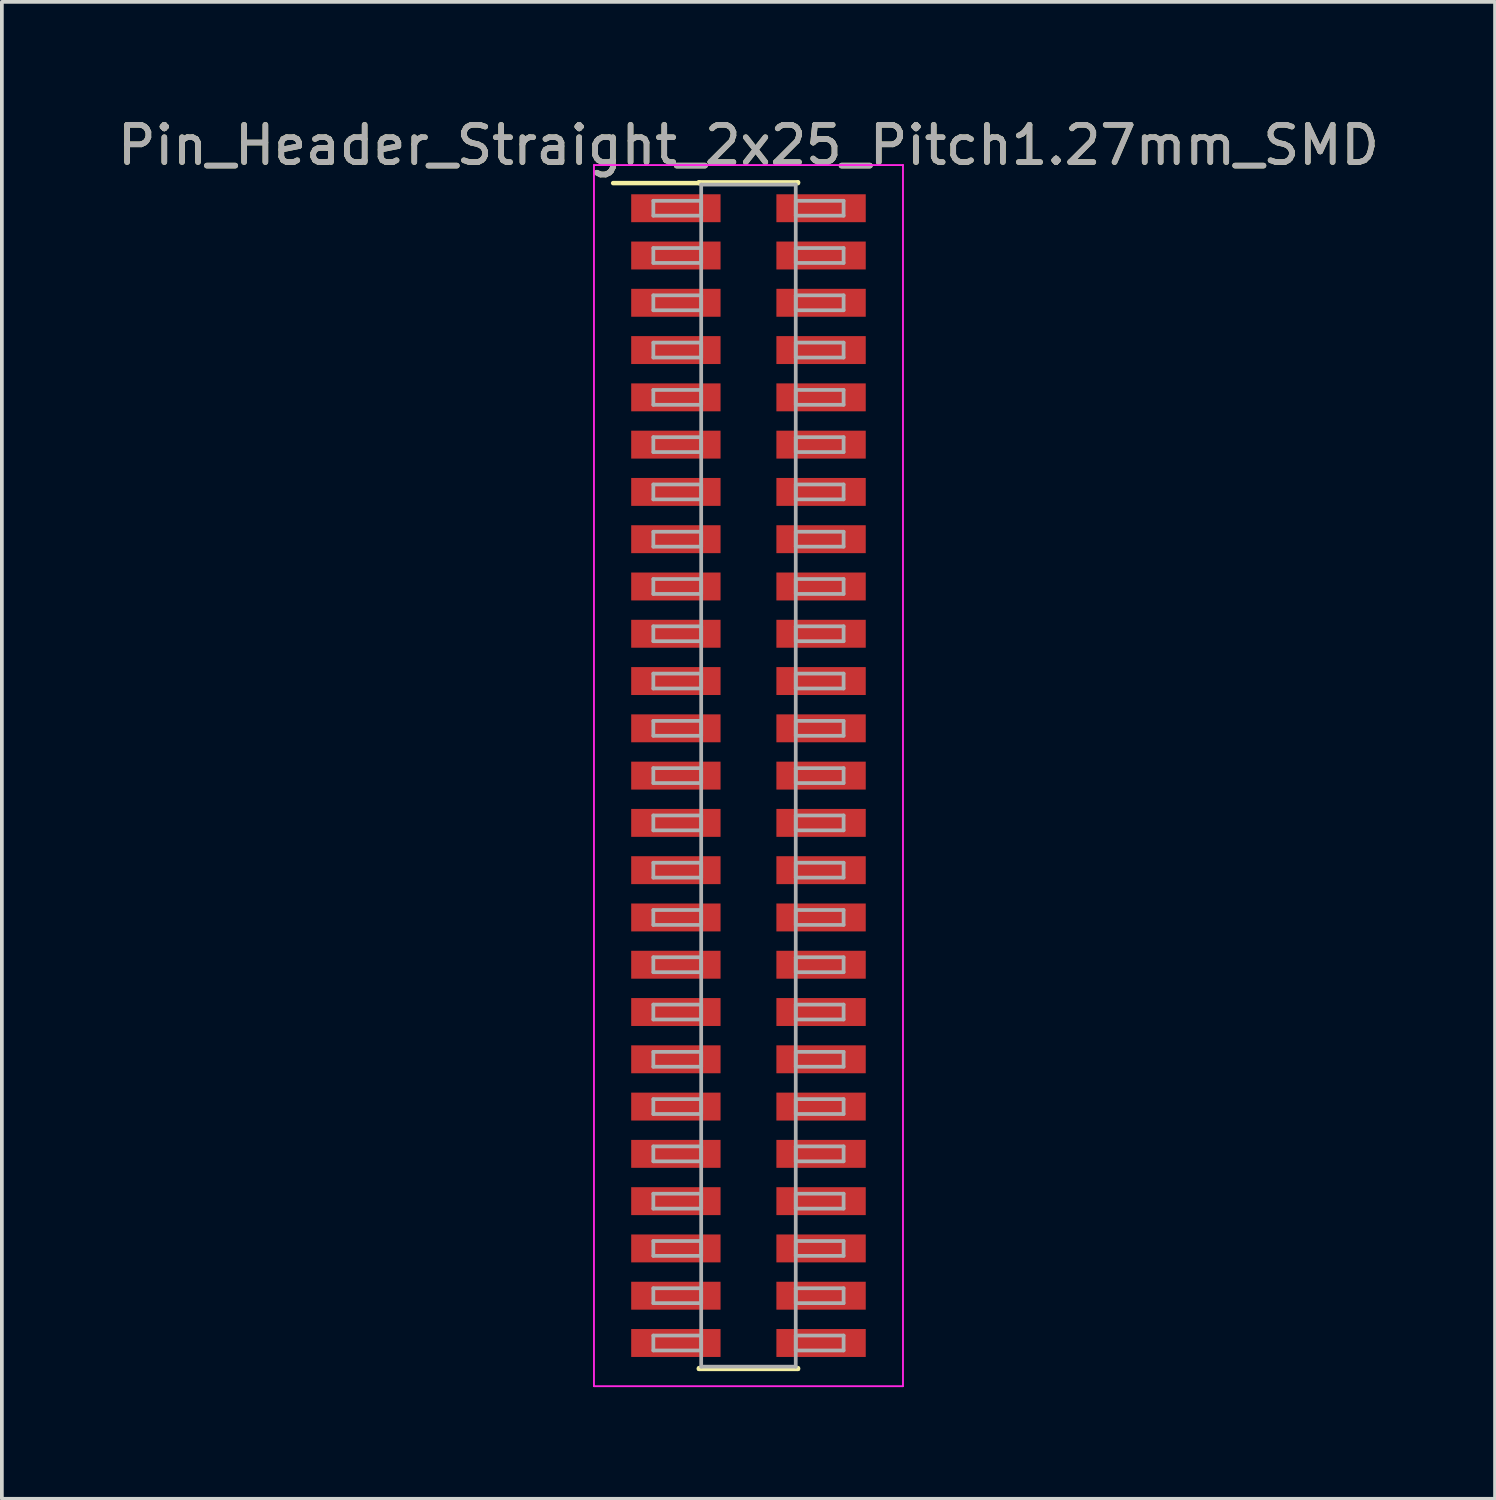
<source format=kicad_pcb>
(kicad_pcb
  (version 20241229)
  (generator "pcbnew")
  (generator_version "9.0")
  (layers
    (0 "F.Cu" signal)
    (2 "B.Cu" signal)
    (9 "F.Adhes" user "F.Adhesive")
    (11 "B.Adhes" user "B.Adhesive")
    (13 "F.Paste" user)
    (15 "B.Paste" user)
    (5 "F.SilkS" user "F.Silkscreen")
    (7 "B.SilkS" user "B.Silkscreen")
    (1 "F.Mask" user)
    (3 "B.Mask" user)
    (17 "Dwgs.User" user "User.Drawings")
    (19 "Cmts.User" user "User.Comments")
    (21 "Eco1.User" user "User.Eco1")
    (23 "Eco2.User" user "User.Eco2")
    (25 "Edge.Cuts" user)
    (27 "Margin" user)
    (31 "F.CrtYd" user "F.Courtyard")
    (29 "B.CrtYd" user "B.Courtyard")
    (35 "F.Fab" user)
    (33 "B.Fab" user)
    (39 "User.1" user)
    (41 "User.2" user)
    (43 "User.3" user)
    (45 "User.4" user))
  (footprint "Pin_Header_Straight_2x25_Pitch1.27mm_SMD"
    (layer "F.Cu")
    (at 17.054 17.783)
    (property "Reference" "Pin_Header_Straight_2x25_Pitch1.27mm_SMD" (at 0 -16.935 0) (layer "F.SilkS") (effects (font (size 1 1) (thickness 0.15))))
    (attr smd)
    (fp_line (start -3.635 -15.915) (end -1.33 -15.915) (stroke (width 0.12) (type solid)) (layer "F.SilkS"))
    (fp_line (start -1.33 -15.935) (end 1.33 -15.935) (stroke (width 0.12) (type solid)) (layer "F.SilkS"))
    (fp_line (start -1.33 -15.915) (end -1.33 -15.935) (stroke (width 0.12) (type solid)) (layer "F.SilkS"))
    (fp_line (start -1.33 15.915) (end -1.33 15.935) (stroke (width 0.12) (type solid)) (layer "F.SilkS"))
    (fp_line (start -1.33 15.935) (end 1.33 15.935) (stroke (width 0.12) (type solid)) (layer "F.SilkS"))
    (fp_line (start 1.33 -15.935) (end 1.33 -15.915) (stroke (width 0.12) (type solid)) (layer "F.SilkS"))
    (fp_line (start 1.33 15.935) (end 1.33 15.915) (stroke (width 0.12) (type solid)) (layer "F.SilkS"))
    (fp_line (start -4.15 -16.4) (end -4.15 16.4) (stroke (width 0.05) (type solid)) (layer "F.CrtYd"))
    (fp_line (start -4.15 16.4) (end 4.15 16.4) (stroke (width 0.05) (type solid)) (layer "F.CrtYd"))
    (fp_line (start 4.15 -16.4) (end -4.15 -16.4) (stroke (width 0.05) (type solid)) (layer "F.CrtYd"))
    (fp_line (start 4.15 16.4) (end 4.15 -16.4) (stroke (width 0.05) (type solid)) (layer "F.CrtYd"))
    (fp_line (start -2.555 -15.44) (end -1.27 -15.44) (stroke (width 0.1) (type solid)) (layer "F.Fab"))
    (fp_line (start -2.555 -15.04) (end -2.555 -15.44) (stroke (width 0.1) (type solid)) (layer "F.Fab"))
    (fp_line (start -2.555 -14.17) (end -1.27 -14.17) (stroke (width 0.1) (type solid)) (layer "F.Fab"))
    (fp_line (start -2.555 -13.77) (end -2.555 -14.17) (stroke (width 0.1) (type solid)) (layer "F.Fab"))
    (fp_line (start -2.555 -12.9) (end -1.27 -12.9) (stroke (width 0.1) (type solid)) (layer "F.Fab"))
    (fp_line (start -2.555 -12.5) (end -2.555 -12.9) (stroke (width 0.1) (type solid)) (layer "F.Fab"))
    (fp_line (start -2.555 -11.63) (end -1.27 -11.63) (stroke (width 0.1) (type solid)) (layer "F.Fab"))
    (fp_line (start -2.555 -11.23) (end -2.555 -11.63) (stroke (width 0.1) (type solid)) (layer "F.Fab"))
    (fp_line (start -2.555 -10.36) (end -1.27 -10.36) (stroke (width 0.1) (type solid)) (layer "F.Fab"))
    (fp_line (start -2.555 -9.96) (end -2.555 -10.36) (stroke (width 0.1) (type solid)) (layer "F.Fab"))
    (fp_line (start -2.555 -9.09) (end -1.27 -9.09) (stroke (width 0.1) (type solid)) (layer "F.Fab"))
    (fp_line (start -2.555 -8.69) (end -2.555 -9.09) (stroke (width 0.1) (type solid)) (layer "F.Fab"))
    (fp_line (start -2.555 -7.82) (end -1.27 -7.82) (stroke (width 0.1) (type solid)) (layer "F.Fab"))
    (fp_line (start -2.555 -7.42) (end -2.555 -7.82) (stroke (width 0.1) (type solid)) (layer "F.Fab"))
    (fp_line (start -2.555 -6.55) (end -1.27 -6.55) (stroke (width 0.1) (type solid)) (layer "F.Fab"))
    (fp_line (start -2.555 -6.15) (end -2.555 -6.55) (stroke (width 0.1) (type solid)) (layer "F.Fab"))
    (fp_line (start -2.555 -5.28) (end -1.27 -5.28) (stroke (width 0.1) (type solid)) (layer "F.Fab"))
    (fp_line (start -2.555 -4.88) (end -2.555 -5.28) (stroke (width 0.1) (type solid)) (layer "F.Fab"))
    (fp_line (start -2.555 -4.01) (end -1.27 -4.01) (stroke (width 0.1) (type solid)) (layer "F.Fab"))
    (fp_line (start -2.555 -3.61) (end -2.555 -4.01) (stroke (width 0.1) (type solid)) (layer "F.Fab"))
    (fp_line (start -2.555 -2.74) (end -1.27 -2.74) (stroke (width 0.1) (type solid)) (layer "F.Fab"))
    (fp_line (start -2.555 -2.34) (end -2.555 -2.74) (stroke (width 0.1) (type solid)) (layer "F.Fab"))
    (fp_line (start -2.555 -1.47) (end -1.27 -1.47) (stroke (width 0.1) (type solid)) (layer "F.Fab"))
    (fp_line (start -2.555 -1.07) (end -2.555 -1.47) (stroke (width 0.1) (type solid)) (layer "F.Fab"))
    (fp_line (start -2.555 -0.2) (end -1.27 -0.2) (stroke (width 0.1) (type solid)) (layer "F.Fab"))
    (fp_line (start -2.555 0.2) (end -2.555 -0.2) (stroke (width 0.1) (type solid)) (layer "F.Fab"))
    (fp_line (start -2.555 1.07) (end -1.27 1.07) (stroke (width 0.1) (type solid)) (layer "F.Fab"))
    (fp_line (start -2.555 1.47) (end -2.555 1.07) (stroke (width 0.1) (type solid)) (layer "F.Fab"))
    (fp_line (start -2.555 2.34) (end -1.27 2.34) (stroke (width 0.1) (type solid)) (layer "F.Fab"))
    (fp_line (start -2.555 2.74) (end -2.555 2.34) (stroke (width 0.1) (type solid)) (layer "F.Fab"))
    (fp_line (start -2.555 3.61) (end -1.27 3.61) (stroke (width 0.1) (type solid)) (layer "F.Fab"))
    (fp_line (start -2.555 4.01) (end -2.555 3.61) (stroke (width 0.1) (type solid)) (layer "F.Fab"))
    (fp_line (start -2.555 4.88) (end -1.27 4.88) (stroke (width 0.1) (type solid)) (layer "F.Fab"))
    (fp_line (start -2.555 5.28) (end -2.555 4.88) (stroke (width 0.1) (type solid)) (layer "F.Fab"))
    (fp_line (start -2.555 6.15) (end -1.27 6.15) (stroke (width 0.1) (type solid)) (layer "F.Fab"))
    (fp_line (start -2.555 6.55) (end -2.555 6.15) (stroke (width 0.1) (type solid)) (layer "F.Fab"))
    (fp_line (start -2.555 7.42) (end -1.27 7.42) (stroke (width 0.1) (type solid)) (layer "F.Fab"))
    (fp_line (start -2.555 7.82) (end -2.555 7.42) (stroke (width 0.1) (type solid)) (layer "F.Fab"))
    (fp_line (start -2.555 8.69) (end -1.27 8.69) (stroke (width 0.1) (type solid)) (layer "F.Fab"))
    (fp_line (start -2.555 9.09) (end -2.555 8.69) (stroke (width 0.1) (type solid)) (layer "F.Fab"))
    (fp_line (start -2.555 9.96) (end -1.27 9.96) (stroke (width 0.1) (type solid)) (layer "F.Fab"))
    (fp_line (start -2.555 10.36) (end -2.555 9.96) (stroke (width 0.1) (type solid)) (layer "F.Fab"))
    (fp_line (start -2.555 11.23) (end -1.27 11.23) (stroke (width 0.1) (type solid)) (layer "F.Fab"))
    (fp_line (start -2.555 11.63) (end -2.555 11.23) (stroke (width 0.1) (type solid)) (layer "F.Fab"))
    (fp_line (start -2.555 12.5) (end -1.27 12.5) (stroke (width 0.1) (type solid)) (layer "F.Fab"))
    (fp_line (start -2.555 12.9) (end -2.555 12.5) (stroke (width 0.1) (type solid)) (layer "F.Fab"))
    (fp_line (start -2.555 13.77) (end -1.27 13.77) (stroke (width 0.1) (type solid)) (layer "F.Fab"))
    (fp_line (start -2.555 14.17) (end -2.555 13.77) (stroke (width 0.1) (type solid)) (layer "F.Fab"))
    (fp_line (start -2.555 15.04) (end -1.27 15.04) (stroke (width 0.1) (type solid)) (layer "F.Fab"))
    (fp_line (start -2.555 15.44) (end -2.555 15.04) (stroke (width 0.1) (type solid)) (layer "F.Fab"))
    (fp_line (start -1.27 -15.875) (end -1.27 15.875) (stroke (width 0.1) (type solid)) (layer "F.Fab"))
    (fp_line (start -1.27 -15.44) (end -1.27 -15.04) (stroke (width 0.1) (type solid)) (layer "F.Fab"))
    (fp_line (start -1.27 -15.04) (end -2.555 -15.04) (stroke (width 0.1) (type solid)) (layer "F.Fab"))
    (fp_line (start -1.27 -14.17) (end -1.27 -13.77) (stroke (width 0.1) (type solid)) (layer "F.Fab"))
    (fp_line (start -1.27 -13.77) (end -2.555 -13.77) (stroke (width 0.1) (type solid)) (layer "F.Fab"))
    (fp_line (start -1.27 -12.9) (end -1.27 -12.5) (stroke (width 0.1) (type solid)) (layer "F.Fab"))
    (fp_line (start -1.27 -12.5) (end -2.555 -12.5) (stroke (width 0.1) (type solid)) (layer "F.Fab"))
    (fp_line (start -1.27 -11.63) (end -1.27 -11.23) (stroke (width 0.1) (type solid)) (layer "F.Fab"))
    (fp_line (start -1.27 -11.23) (end -2.555 -11.23) (stroke (width 0.1) (type solid)) (layer "F.Fab"))
    (fp_line (start -1.27 -10.36) (end -1.27 -9.96) (stroke (width 0.1) (type solid)) (layer "F.Fab"))
    (fp_line (start -1.27 -9.96) (end -2.555 -9.96) (stroke (width 0.1) (type solid)) (layer "F.Fab"))
    (fp_line (start -1.27 -9.09) (end -1.27 -8.69) (stroke (width 0.1) (type solid)) (layer "F.Fab"))
    (fp_line (start -1.27 -8.69) (end -2.555 -8.69) (stroke (width 0.1) (type solid)) (layer "F.Fab"))
    (fp_line (start -1.27 -7.82) (end -1.27 -7.42) (stroke (width 0.1) (type solid)) (layer "F.Fab"))
    (fp_line (start -1.27 -7.42) (end -2.555 -7.42) (stroke (width 0.1) (type solid)) (layer "F.Fab"))
    (fp_line (start -1.27 -6.55) (end -1.27 -6.15) (stroke (width 0.1) (type solid)) (layer "F.Fab"))
    (fp_line (start -1.27 -6.15) (end -2.555 -6.15) (stroke (width 0.1) (type solid)) (layer "F.Fab"))
    (fp_line (start -1.27 -5.28) (end -1.27 -4.88) (stroke (width 0.1) (type solid)) (layer "F.Fab"))
    (fp_line (start -1.27 -4.88) (end -2.555 -4.88) (stroke (width 0.1) (type solid)) (layer "F.Fab"))
    (fp_line (start -1.27 -4.01) (end -1.27 -3.61) (stroke (width 0.1) (type solid)) (layer "F.Fab"))
    (fp_line (start -1.27 -3.61) (end -2.555 -3.61) (stroke (width 0.1) (type solid)) (layer "F.Fab"))
    (fp_line (start -1.27 -2.74) (end -1.27 -2.34) (stroke (width 0.1) (type solid)) (layer "F.Fab"))
    (fp_line (start -1.27 -2.34) (end -2.555 -2.34) (stroke (width 0.1) (type solid)) (layer "F.Fab"))
    (fp_line (start -1.27 -1.47) (end -1.27 -1.07) (stroke (width 0.1) (type solid)) (layer "F.Fab"))
    (fp_line (start -1.27 -1.07) (end -2.555 -1.07) (stroke (width 0.1) (type solid)) (layer "F.Fab"))
    (fp_line (start -1.27 -0.2) (end -1.27 0.2) (stroke (width 0.1) (type solid)) (layer "F.Fab"))
    (fp_line (start -1.27 0.2) (end -2.555 0.2) (stroke (width 0.1) (type solid)) (layer "F.Fab"))
    (fp_line (start -1.27 1.07) (end -1.27 1.47) (stroke (width 0.1) (type solid)) (layer "F.Fab"))
    (fp_line (start -1.27 1.47) (end -2.555 1.47) (stroke (width 0.1) (type solid)) (layer "F.Fab"))
    (fp_line (start -1.27 2.34) (end -1.27 2.74) (stroke (width 0.1) (type solid)) (layer "F.Fab"))
    (fp_line (start -1.27 2.74) (end -2.555 2.74) (stroke (width 0.1) (type solid)) (layer "F.Fab"))
    (fp_line (start -1.27 3.61) (end -1.27 4.01) (stroke (width 0.1) (type solid)) (layer "F.Fab"))
    (fp_line (start -1.27 4.01) (end -2.555 4.01) (stroke (width 0.1) (type solid)) (layer "F.Fab"))
    (fp_line (start -1.27 4.88) (end -1.27 5.28) (stroke (width 0.1) (type solid)) (layer "F.Fab"))
    (fp_line (start -1.27 5.28) (end -2.555 5.28) (stroke (width 0.1) (type solid)) (layer "F.Fab"))
    (fp_line (start -1.27 6.15) (end -1.27 6.55) (stroke (width 0.1) (type solid)) (layer "F.Fab"))
    (fp_line (start -1.27 6.55) (end -2.555 6.55) (stroke (width 0.1) (type solid)) (layer "F.Fab"))
    (fp_line (start -1.27 7.42) (end -1.27 7.82) (stroke (width 0.1) (type solid)) (layer "F.Fab"))
    (fp_line (start -1.27 7.82) (end -2.555 7.82) (stroke (width 0.1) (type solid)) (layer "F.Fab"))
    (fp_line (start -1.27 8.69) (end -1.27 9.09) (stroke (width 0.1) (type solid)) (layer "F.Fab"))
    (fp_line (start -1.27 9.09) (end -2.555 9.09) (stroke (width 0.1) (type solid)) (layer "F.Fab"))
    (fp_line (start -1.27 9.96) (end -1.27 10.36) (stroke (width 0.1) (type solid)) (layer "F.Fab"))
    (fp_line (start -1.27 10.36) (end -2.555 10.36) (stroke (width 0.1) (type solid)) (layer "F.Fab"))
    (fp_line (start -1.27 11.23) (end -1.27 11.63) (stroke (width 0.1) (type solid)) (layer "F.Fab"))
    (fp_line (start -1.27 11.63) (end -2.555 11.63) (stroke (width 0.1) (type solid)) (layer "F.Fab"))
    (fp_line (start -1.27 12.5) (end -1.27 12.9) (stroke (width 0.1) (type solid)) (layer "F.Fab"))
    (fp_line (start -1.27 12.9) (end -2.555 12.9) (stroke (width 0.1) (type solid)) (layer "F.Fab"))
    (fp_line (start -1.27 13.77) (end -1.27 14.17) (stroke (width 0.1) (type solid)) (layer "F.Fab"))
    (fp_line (start -1.27 14.17) (end -2.555 14.17) (stroke (width 0.1) (type solid)) (layer "F.Fab"))
    (fp_line (start -1.27 15.04) (end -1.27 15.44) (stroke (width 0.1) (type solid)) (layer "F.Fab"))
    (fp_line (start -1.27 15.44) (end -2.555 15.44) (stroke (width 0.1) (type solid)) (layer "F.Fab"))
    (fp_line (start -1.27 15.875) (end 1.27 15.875) (stroke (width 0.1) (type solid)) (layer "F.Fab"))
    (fp_line (start 1.27 -15.875) (end -1.27 -15.875) (stroke (width 0.1) (type solid)) (layer "F.Fab"))
    (fp_line (start 1.27 -15.44) (end 1.27 -15.04) (stroke (width 0.1) (type solid)) (layer "F.Fab"))
    (fp_line (start 1.27 -15.04) (end 2.555 -15.04) (stroke (width 0.1) (type solid)) (layer "F.Fab"))
    (fp_line (start 1.27 -14.17) (end 1.27 -13.77) (stroke (width 0.1) (type solid)) (layer "F.Fab"))
    (fp_line (start 1.27 -13.77) (end 2.555 -13.77) (stroke (width 0.1) (type solid)) (layer "F.Fab"))
    (fp_line (start 1.27 -12.9) (end 1.27 -12.5) (stroke (width 0.1) (type solid)) (layer "F.Fab"))
    (fp_line (start 1.27 -12.5) (end 2.555 -12.5) (stroke (width 0.1) (type solid)) (layer "F.Fab"))
    (fp_line (start 1.27 -11.63) (end 1.27 -11.23) (stroke (width 0.1) (type solid)) (layer "F.Fab"))
    (fp_line (start 1.27 -11.23) (end 2.555 -11.23) (stroke (width 0.1) (type solid)) (layer "F.Fab"))
    (fp_line (start 1.27 -10.36) (end 1.27 -9.96) (stroke (width 0.1) (type solid)) (layer "F.Fab"))
    (fp_line (start 1.27 -9.96) (end 2.555 -9.96) (stroke (width 0.1) (type solid)) (layer "F.Fab"))
    (fp_line (start 1.27 -9.09) (end 1.27 -8.69) (stroke (width 0.1) (type solid)) (layer "F.Fab"))
    (fp_line (start 1.27 -8.69) (end 2.555 -8.69) (stroke (width 0.1) (type solid)) (layer "F.Fab"))
    (fp_line (start 1.27 -7.82) (end 1.27 -7.42) (stroke (width 0.1) (type solid)) (layer "F.Fab"))
    (fp_line (start 1.27 -7.42) (end 2.555 -7.42) (stroke (width 0.1) (type solid)) (layer "F.Fab"))
    (fp_line (start 1.27 -6.55) (end 1.27 -6.15) (stroke (width 0.1) (type solid)) (layer "F.Fab"))
    (fp_line (start 1.27 -6.15) (end 2.555 -6.15) (stroke (width 0.1) (type solid)) (layer "F.Fab"))
    (fp_line (start 1.27 -5.28) (end 1.27 -4.88) (stroke (width 0.1) (type solid)) (layer "F.Fab"))
    (fp_line (start 1.27 -4.88) (end 2.555 -4.88) (stroke (width 0.1) (type solid)) (layer "F.Fab"))
    (fp_line (start 1.27 -4.01) (end 1.27 -3.61) (stroke (width 0.1) (type solid)) (layer "F.Fab"))
    (fp_line (start 1.27 -3.61) (end 2.555 -3.61) (stroke (width 0.1) (type solid)) (layer "F.Fab"))
    (fp_line (start 1.27 -2.74) (end 1.27 -2.34) (stroke (width 0.1) (type solid)) (layer "F.Fab"))
    (fp_line (start 1.27 -2.34) (end 2.555 -2.34) (stroke (width 0.1) (type solid)) (layer "F.Fab"))
    (fp_line (start 1.27 -1.47) (end 1.27 -1.07) (stroke (width 0.1) (type solid)) (layer "F.Fab"))
    (fp_line (start 1.27 -1.07) (end 2.555 -1.07) (stroke (width 0.1) (type solid)) (layer "F.Fab"))
    (fp_line (start 1.27 -0.2) (end 1.27 0.2) (stroke (width 0.1) (type solid)) (layer "F.Fab"))
    (fp_line (start 1.27 0.2) (end 2.555 0.2) (stroke (width 0.1) (type solid)) (layer "F.Fab"))
    (fp_line (start 1.27 1.07) (end 1.27 1.47) (stroke (width 0.1) (type solid)) (layer "F.Fab"))
    (fp_line (start 1.27 1.47) (end 2.555 1.47) (stroke (width 0.1) (type solid)) (layer "F.Fab"))
    (fp_line (start 1.27 2.34) (end 1.27 2.74) (stroke (width 0.1) (type solid)) (layer "F.Fab"))
    (fp_line (start 1.27 2.74) (end 2.555 2.74) (stroke (width 0.1) (type solid)) (layer "F.Fab"))
    (fp_line (start 1.27 3.61) (end 1.27 4.01) (stroke (width 0.1) (type solid)) (layer "F.Fab"))
    (fp_line (start 1.27 4.01) (end 2.555 4.01) (stroke (width 0.1) (type solid)) (layer "F.Fab"))
    (fp_line (start 1.27 4.88) (end 1.27 5.28) (stroke (width 0.1) (type solid)) (layer "F.Fab"))
    (fp_line (start 1.27 5.28) (end 2.555 5.28) (stroke (width 0.1) (type solid)) (layer "F.Fab"))
    (fp_line (start 1.27 6.15) (end 1.27 6.55) (stroke (width 0.1) (type solid)) (layer "F.Fab"))
    (fp_line (start 1.27 6.55) (end 2.555 6.55) (stroke (width 0.1) (type solid)) (layer "F.Fab"))
    (fp_line (start 1.27 7.42) (end 1.27 7.82) (stroke (width 0.1) (type solid)) (layer "F.Fab"))
    (fp_line (start 1.27 7.82) (end 2.555 7.82) (stroke (width 0.1) (type solid)) (layer "F.Fab"))
    (fp_line (start 1.27 8.69) (end 1.27 9.09) (stroke (width 0.1) (type solid)) (layer "F.Fab"))
    (fp_line (start 1.27 9.09) (end 2.555 9.09) (stroke (width 0.1) (type solid)) (layer "F.Fab"))
    (fp_line (start 1.27 9.96) (end 1.27 10.36) (stroke (width 0.1) (type solid)) (layer "F.Fab"))
    (fp_line (start 1.27 10.36) (end 2.555 10.36) (stroke (width 0.1) (type solid)) (layer "F.Fab"))
    (fp_line (start 1.27 11.23) (end 1.27 11.63) (stroke (width 0.1) (type solid)) (layer "F.Fab"))
    (fp_line (start 1.27 11.63) (end 2.555 11.63) (stroke (width 0.1) (type solid)) (layer "F.Fab"))
    (fp_line (start 1.27 12.5) (end 1.27 12.9) (stroke (width 0.1) (type solid)) (layer "F.Fab"))
    (fp_line (start 1.27 12.9) (end 2.555 12.9) (stroke (width 0.1) (type solid)) (layer "F.Fab"))
    (fp_line (start 1.27 13.77) (end 1.27 14.17) (stroke (width 0.1) (type solid)) (layer "F.Fab"))
    (fp_line (start 1.27 14.17) (end 2.555 14.17) (stroke (width 0.1) (type solid)) (layer "F.Fab"))
    (fp_line (start 1.27 15.04) (end 1.27 15.44) (stroke (width 0.1) (type solid)) (layer "F.Fab"))
    (fp_line (start 1.27 15.44) (end 2.555 15.44) (stroke (width 0.1) (type solid)) (layer "F.Fab"))
    (fp_line (start 1.27 15.875) (end 1.27 -15.875) (stroke (width 0.1) (type solid)) (layer "F.Fab"))
    (fp_line (start 2.555 -15.44) (end 1.27 -15.44) (stroke (width 0.1) (type solid)) (layer "F.Fab"))
    (fp_line (start 2.555 -15.04) (end 2.555 -15.44) (stroke (width 0.1) (type solid)) (layer "F.Fab"))
    (fp_line (start 2.555 -14.17) (end 1.27 -14.17) (stroke (width 0.1) (type solid)) (layer "F.Fab"))
    (fp_line (start 2.555 -13.77) (end 2.555 -14.17) (stroke (width 0.1) (type solid)) (layer "F.Fab"))
    (fp_line (start 2.555 -12.9) (end 1.27 -12.9) (stroke (width 0.1) (type solid)) (layer "F.Fab"))
    (fp_line (start 2.555 -12.5) (end 2.555 -12.9) (stroke (width 0.1) (type solid)) (layer "F.Fab"))
    (fp_line (start 2.555 -11.63) (end 1.27 -11.63) (stroke (width 0.1) (type solid)) (layer "F.Fab"))
    (fp_line (start 2.555 -11.23) (end 2.555 -11.63) (stroke (width 0.1) (type solid)) (layer "F.Fab"))
    (fp_line (start 2.555 -10.36) (end 1.27 -10.36) (stroke (width 0.1) (type solid)) (layer "F.Fab"))
    (fp_line (start 2.555 -9.96) (end 2.555 -10.36) (stroke (width 0.1) (type solid)) (layer "F.Fab"))
    (fp_line (start 2.555 -9.09) (end 1.27 -9.09) (stroke (width 0.1) (type solid)) (layer "F.Fab"))
    (fp_line (start 2.555 -8.69) (end 2.555 -9.09) (stroke (width 0.1) (type solid)) (layer "F.Fab"))
    (fp_line (start 2.555 -7.82) (end 1.27 -7.82) (stroke (width 0.1) (type solid)) (layer "F.Fab"))
    (fp_line (start 2.555 -7.42) (end 2.555 -7.82) (stroke (width 0.1) (type solid)) (layer "F.Fab"))
    (fp_line (start 2.555 -6.55) (end 1.27 -6.55) (stroke (width 0.1) (type solid)) (layer "F.Fab"))
    (fp_line (start 2.555 -6.15) (end 2.555 -6.55) (stroke (width 0.1) (type solid)) (layer "F.Fab"))
    (fp_line (start 2.555 -5.28) (end 1.27 -5.28) (stroke (width 0.1) (type solid)) (layer "F.Fab"))
    (fp_line (start 2.555 -4.88) (end 2.555 -5.28) (stroke (width 0.1) (type solid)) (layer "F.Fab"))
    (fp_line (start 2.555 -4.01) (end 1.27 -4.01) (stroke (width 0.1) (type solid)) (layer "F.Fab"))
    (fp_line (start 2.555 -3.61) (end 2.555 -4.01) (stroke (width 0.1) (type solid)) (layer "F.Fab"))
    (fp_line (start 2.555 -2.74) (end 1.27 -2.74) (stroke (width 0.1) (type solid)) (layer "F.Fab"))
    (fp_line (start 2.555 -2.34) (end 2.555 -2.74) (stroke (width 0.1) (type solid)) (layer "F.Fab"))
    (fp_line (start 2.555 -1.47) (end 1.27 -1.47) (stroke (width 0.1) (type solid)) (layer "F.Fab"))
    (fp_line (start 2.555 -1.07) (end 2.555 -1.47) (stroke (width 0.1) (type solid)) (layer "F.Fab"))
    (fp_line (start 2.555 -0.2) (end 1.27 -0.2) (stroke (width 0.1) (type solid)) (layer "F.Fab"))
    (fp_line (start 2.555 0.2) (end 2.555 -0.2) (stroke (width 0.1) (type solid)) (layer "F.Fab"))
    (fp_line (start 2.555 1.07) (end 1.27 1.07) (stroke (width 0.1) (type solid)) (layer "F.Fab"))
    (fp_line (start 2.555 1.47) (end 2.555 1.07) (stroke (width 0.1) (type solid)) (layer "F.Fab"))
    (fp_line (start 2.555 2.34) (end 1.27 2.34) (stroke (width 0.1) (type solid)) (layer "F.Fab"))
    (fp_line (start 2.555 2.74) (end 2.555 2.34) (stroke (width 0.1) (type solid)) (layer "F.Fab"))
    (fp_line (start 2.555 3.61) (end 1.27 3.61) (stroke (width 0.1) (type solid)) (layer "F.Fab"))
    (fp_line (start 2.555 4.01) (end 2.555 3.61) (stroke (width 0.1) (type solid)) (layer "F.Fab"))
    (fp_line (start 2.555 4.88) (end 1.27 4.88) (stroke (width 0.1) (type solid)) (layer "F.Fab"))
    (fp_line (start 2.555 5.28) (end 2.555 4.88) (stroke (width 0.1) (type solid)) (layer "F.Fab"))
    (fp_line (start 2.555 6.15) (end 1.27 6.15) (stroke (width 0.1) (type solid)) (layer "F.Fab"))
    (fp_line (start 2.555 6.55) (end 2.555 6.15) (stroke (width 0.1) (type solid)) (layer "F.Fab"))
    (fp_line (start 2.555 7.42) (end 1.27 7.42) (stroke (width 0.1) (type solid)) (layer "F.Fab"))
    (fp_line (start 2.555 7.82) (end 2.555 7.42) (stroke (width 0.1) (type solid)) (layer "F.Fab"))
    (fp_line (start 2.555 8.69) (end 1.27 8.69) (stroke (width 0.1) (type solid)) (layer "F.Fab"))
    (fp_line (start 2.555 9.09) (end 2.555 8.69) (stroke (width 0.1) (type solid)) (layer "F.Fab"))
    (fp_line (start 2.555 9.96) (end 1.27 9.96) (stroke (width 0.1) (type solid)) (layer "F.Fab"))
    (fp_line (start 2.555 10.36) (end 2.555 9.96) (stroke (width 0.1) (type solid)) (layer "F.Fab"))
    (fp_line (start 2.555 11.23) (end 1.27 11.23) (stroke (width 0.1) (type solid)) (layer "F.Fab"))
    (fp_line (start 2.555 11.63) (end 2.555 11.23) (stroke (width 0.1) (type solid)) (layer "F.Fab"))
    (fp_line (start 2.555 12.5) (end 1.27 12.5) (stroke (width 0.1) (type solid)) (layer "F.Fab"))
    (fp_line (start 2.555 12.9) (end 2.555 12.5) (stroke (width 0.1) (type solid)) (layer "F.Fab"))
    (fp_line (start 2.555 13.77) (end 1.27 13.77) (stroke (width 0.1) (type solid)) (layer "F.Fab"))
    (fp_line (start 2.555 14.17) (end 2.555 13.77) (stroke (width 0.1) (type solid)) (layer "F.Fab"))
    (fp_line (start 2.555 15.04) (end 1.27 15.04) (stroke (width 0.1) (type solid)) (layer "F.Fab"))
    (fp_line (start 2.555 15.44) (end 2.555 15.04) (stroke (width 0.1) (type solid)) (layer "F.Fab"))
    (fp_text user "${REFERENCE}" (at 0 -16.935 0) (layer "F.Fab") (effects (font (size 1 1) (thickness 0.15))))
    (pad "1" smd rect (at -1.95 -15.24) (size 2.4 0.75) (layers "F.Cu" "F.Mask" "F.Paste"))
    (pad "2" smd rect (at 1.95 -15.24) (size 2.4 0.75) (layers "F.Cu" "F.Mask" "F.Paste"))
    (pad "3" smd rect (at -1.95 -13.97) (size 2.4 0.75) (layers "F.Cu" "F.Mask" "F.Paste"))
    (pad "4" smd rect (at 1.95 -13.97) (size 2.4 0.75) (layers "F.Cu" "F.Mask" "F.Paste"))
    (pad "5" smd rect (at -1.95 -12.7) (size 2.4 0.75) (layers "F.Cu" "F.Mask" "F.Paste"))
    (pad "6" smd rect (at 1.95 -12.7) (size 2.4 0.75) (layers "F.Cu" "F.Mask" "F.Paste"))
    (pad "7" smd rect (at -1.95 -11.43) (size 2.4 0.75) (layers "F.Cu" "F.Mask" "F.Paste"))
    (pad "8" smd rect (at 1.95 -11.43) (size 2.4 0.75) (layers "F.Cu" "F.Mask" "F.Paste"))
    (pad "9" smd rect (at -1.95 -10.16) (size 2.4 0.75) (layers "F.Cu" "F.Mask" "F.Paste"))
    (pad "10" smd rect (at 1.95 -10.16) (size 2.4 0.75) (layers "F.Cu" "F.Mask" "F.Paste"))
    (pad "11" smd rect (at -1.95 -8.89) (size 2.4 0.75) (layers "F.Cu" "F.Mask" "F.Paste"))
    (pad "12" smd rect (at 1.95 -8.89) (size 2.4 0.75) (layers "F.Cu" "F.Mask" "F.Paste"))
    (pad "13" smd rect (at -1.95 -7.62) (size 2.4 0.75) (layers "F.Cu" "F.Mask" "F.Paste"))
    (pad "14" smd rect (at 1.95 -7.62) (size 2.4 0.75) (layers "F.Cu" "F.Mask" "F.Paste"))
    (pad "15" smd rect (at -1.95 -6.35) (size 2.4 0.75) (layers "F.Cu" "F.Mask" "F.Paste"))
    (pad "16" smd rect (at 1.95 -6.35) (size 2.4 0.75) (layers "F.Cu" "F.Mask" "F.Paste"))
    (pad "17" smd rect (at -1.95 -5.08) (size 2.4 0.75) (layers "F.Cu" "F.Mask" "F.Paste"))
    (pad "18" smd rect (at 1.95 -5.08) (size 2.4 0.75) (layers "F.Cu" "F.Mask" "F.Paste"))
    (pad "19" smd rect (at -1.95 -3.81) (size 2.4 0.75) (layers "F.Cu" "F.Mask" "F.Paste"))
    (pad "20" smd rect (at 1.95 -3.81) (size 2.4 0.75) (layers "F.Cu" "F.Mask" "F.Paste"))
    (pad "21" smd rect (at -1.95 -2.54) (size 2.4 0.75) (layers "F.Cu" "F.Mask" "F.Paste"))
    (pad "22" smd rect (at 1.95 -2.54) (size 2.4 0.75) (layers "F.Cu" "F.Mask" "F.Paste"))
    (pad "23" smd rect (at -1.95 -1.27) (size 2.4 0.75) (layers "F.Cu" "F.Mask" "F.Paste"))
    (pad "24" smd rect (at 1.95 -1.27) (size 2.4 0.75) (layers "F.Cu" "F.Mask" "F.Paste"))
    (pad "25" smd rect (at -1.95 0) (size 2.4 0.75) (layers "F.Cu" "F.Mask" "F.Paste"))
    (pad "26" smd rect (at 1.95 0) (size 2.4 0.75) (layers "F.Cu" "F.Mask" "F.Paste"))
    (pad "27" smd rect (at -1.95 1.27) (size 2.4 0.75) (layers "F.Cu" "F.Mask" "F.Paste"))
    (pad "28" smd rect (at 1.95 1.27) (size 2.4 0.75) (layers "F.Cu" "F.Mask" "F.Paste"))
    (pad "29" smd rect (at -1.95 2.54) (size 2.4 0.75) (layers "F.Cu" "F.Mask" "F.Paste"))
    (pad "30" smd rect (at 1.95 2.54) (size 2.4 0.75) (layers "F.Cu" "F.Mask" "F.Paste"))
    (pad "31" smd rect (at -1.95 3.81) (size 2.4 0.75) (layers "F.Cu" "F.Mask" "F.Paste"))
    (pad "32" smd rect (at 1.95 3.81) (size 2.4 0.75) (layers "F.Cu" "F.Mask" "F.Paste"))
    (pad "33" smd rect (at -1.95 5.08) (size 2.4 0.75) (layers "F.Cu" "F.Mask" "F.Paste"))
    (pad "34" smd rect (at 1.95 5.08) (size 2.4 0.75) (layers "F.Cu" "F.Mask" "F.Paste"))
    (pad "35" smd rect (at -1.95 6.35) (size 2.4 0.75) (layers "F.Cu" "F.Mask" "F.Paste"))
    (pad "36" smd rect (at 1.95 6.35) (size 2.4 0.75) (layers "F.Cu" "F.Mask" "F.Paste"))
    (pad "37" smd rect (at -1.95 7.62) (size 2.4 0.75) (layers "F.Cu" "F.Mask" "F.Paste"))
    (pad "38" smd rect (at 1.95 7.62) (size 2.4 0.75) (layers "F.Cu" "F.Mask" "F.Paste"))
    (pad "39" smd rect (at -1.95 8.89) (size 2.4 0.75) (layers "F.Cu" "F.Mask" "F.Paste"))
    (pad "40" smd rect (at 1.95 8.89) (size 2.4 0.75) (layers "F.Cu" "F.Mask" "F.Paste"))
    (pad "41" smd rect (at -1.95 10.16) (size 2.4 0.75) (layers "F.Cu" "F.Mask" "F.Paste"))
    (pad "42" smd rect (at 1.95 10.16) (size 2.4 0.75) (layers "F.Cu" "F.Mask" "F.Paste"))
    (pad "43" smd rect (at -1.95 11.43) (size 2.4 0.75) (layers "F.Cu" "F.Mask" "F.Paste"))
    (pad "44" smd rect (at 1.95 11.43) (size 2.4 0.75) (layers "F.Cu" "F.Mask" "F.Paste"))
    (pad "45" smd rect (at -1.95 12.7) (size 2.4 0.75) (layers "F.Cu" "F.Mask" "F.Paste"))
    (pad "46" smd rect (at 1.95 12.7) (size 2.4 0.75) (layers "F.Cu" "F.Mask" "F.Paste"))
    (pad "47" smd rect (at -1.95 13.97) (size 2.4 0.75) (layers "F.Cu" "F.Mask" "F.Paste"))
    (pad "48" smd rect (at 1.95 13.97) (size 2.4 0.75) (layers "F.Cu" "F.Mask" "F.Paste"))
    (pad "49" smd rect (at -1.95 15.24) (size 2.4 0.75) (layers "F.Cu" "F.Mask" "F.Paste"))
    (pad "50" smd rect (at 1.95 15.24) (size 2.4 0.75) (layers "F.Cu" "F.Mask" "F.Paste")))
  (gr_rect
    (start -3 -3)
    (end 37.107 37.208)
    (stroke (width 0.1) (type default))
    (fill no)
    (layer "Edge.Cuts")))
</source>
